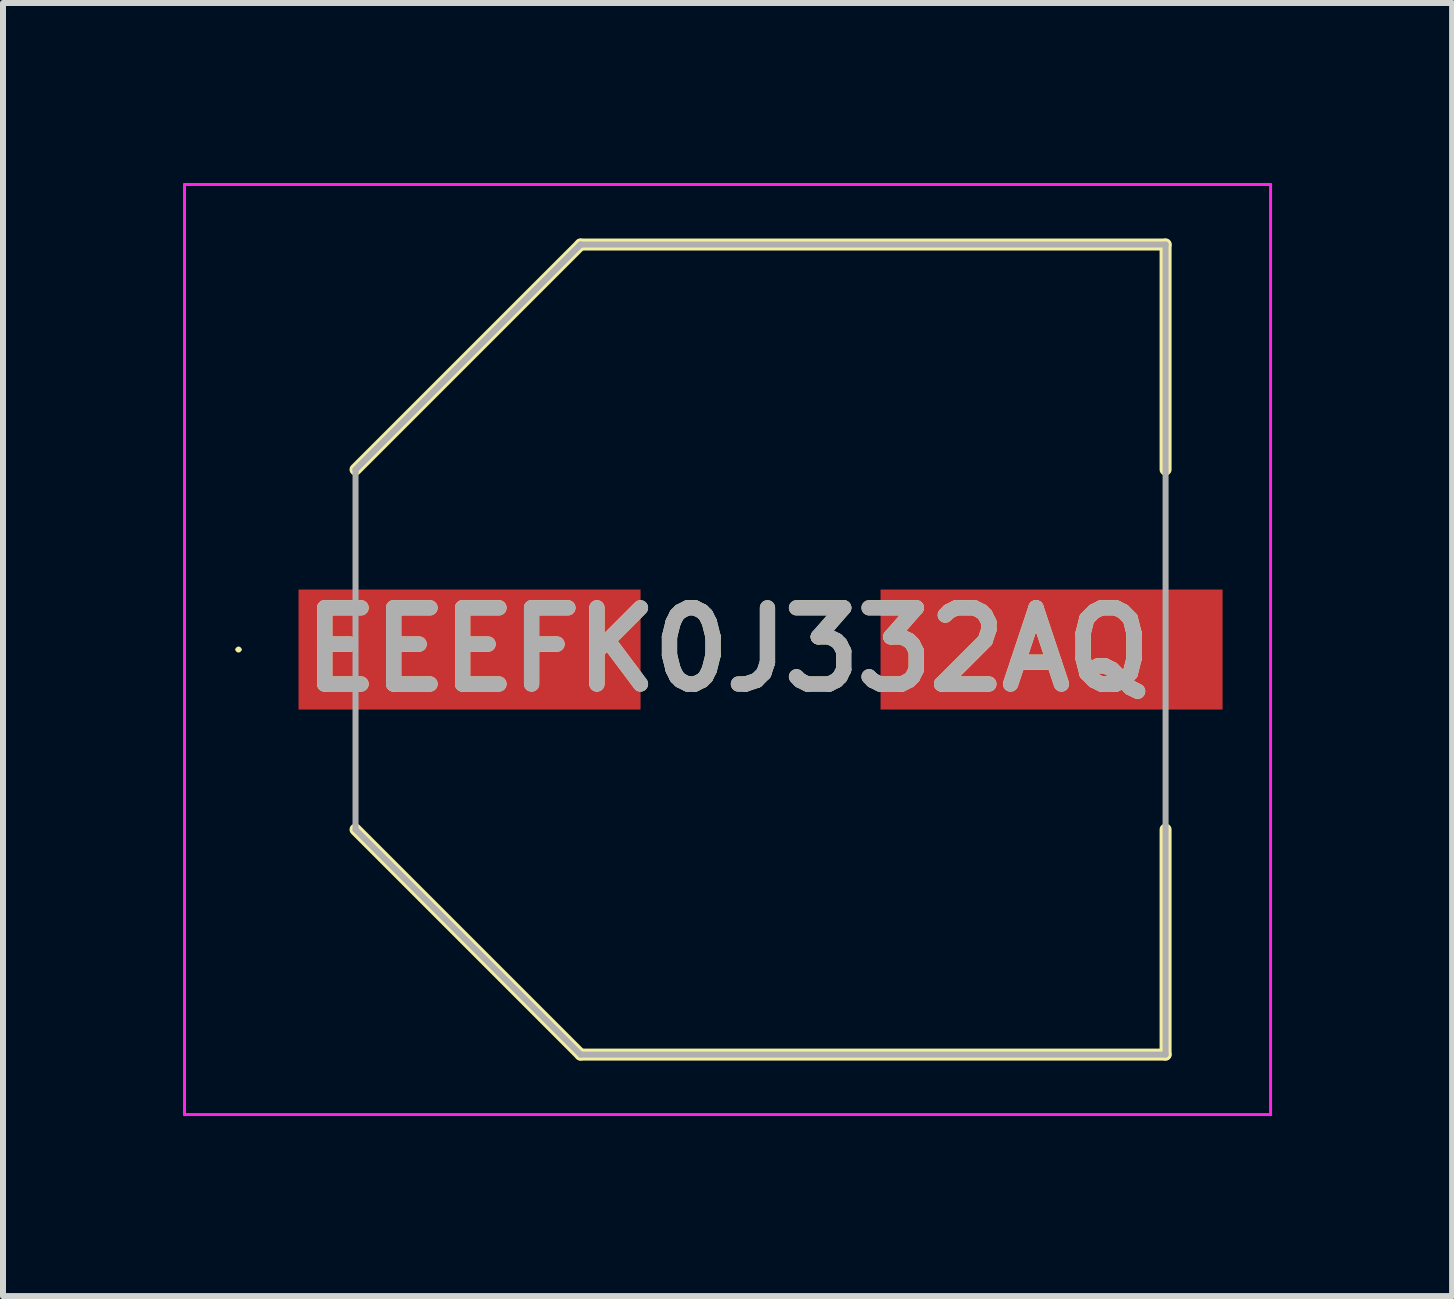
<source format=kicad_pcb>
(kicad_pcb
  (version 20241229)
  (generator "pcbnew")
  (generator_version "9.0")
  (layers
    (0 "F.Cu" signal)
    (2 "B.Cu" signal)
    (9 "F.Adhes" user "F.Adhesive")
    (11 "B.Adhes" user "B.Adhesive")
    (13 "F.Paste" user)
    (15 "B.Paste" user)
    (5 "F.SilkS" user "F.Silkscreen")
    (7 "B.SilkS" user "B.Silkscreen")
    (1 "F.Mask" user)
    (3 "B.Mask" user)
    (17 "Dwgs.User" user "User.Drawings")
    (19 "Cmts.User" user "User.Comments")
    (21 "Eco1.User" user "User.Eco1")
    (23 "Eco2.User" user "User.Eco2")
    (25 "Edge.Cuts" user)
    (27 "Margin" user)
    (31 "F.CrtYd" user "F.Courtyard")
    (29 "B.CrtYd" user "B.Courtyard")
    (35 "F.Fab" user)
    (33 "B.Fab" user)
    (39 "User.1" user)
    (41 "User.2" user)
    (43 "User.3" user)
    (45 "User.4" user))
  (footprint "EEEFK0J332AQ"
    (layer "F.Cu")
    (at 9.625 7.775)
    (property "Reference" "EEEFK0J332AQ" (at -0.55 0 0) (layer "F.SilkS") (effects (font (size 1.27 1.27) (thickness 0.254))))
    (attr smd)
    (fp_line (start -8.725 0) (end -8.725 0) (stroke (width 0.05) (type solid)) (layer "F.SilkS"))
    (fp_line (start -8.675 0) (end -8.675 0) (stroke (width 0.05) (type solid)) (layer "F.SilkS"))
    (fp_line (start -6.75 -3) (end -3 -6.75) (stroke (width 0.2) (type solid)) (layer "F.SilkS"))
    (fp_line (start -6.75 3) (end -3 6.75) (stroke (width 0.2) (type solid)) (layer "F.SilkS"))
    (fp_line (start -3 -6.75) (end 6.75 -6.75) (stroke (width 0.2) (type solid)) (layer "F.SilkS"))
    (fp_line (start -3 6.75) (end 6.75 6.75) (stroke (width 0.2) (type solid)) (layer "F.SilkS"))
    (fp_line (start 6.75 -6.75) (end 6.75 -3) (stroke (width 0.2) (type solid)) (layer "F.SilkS"))
    (fp_line (start 6.75 6.75) (end 6.75 3) (stroke (width 0.2) (type solid)) (layer "F.SilkS"))
    (fp_arc (start -8.725 0) (mid -8.7 -0.025) (end -8.675 0) (stroke (width 0.05) (type solid)) (layer "F.SilkS"))
    (fp_arc (start -8.675 0) (mid -8.7 0.025) (end -8.725 0) (stroke (width 0.05) (type solid)) (layer "F.SilkS"))
    (fp_line (start -9.6 -7.75) (end 8.5 -7.75) (stroke (width 0.05) (type solid)) (layer "F.CrtYd"))
    (fp_line (start -9.6 7.75) (end -9.6 -7.75) (stroke (width 0.05) (type solid)) (layer "F.CrtYd"))
    (fp_line (start 8.5 -7.75) (end 8.5 7.75) (stroke (width 0.05) (type solid)) (layer "F.CrtYd"))
    (fp_line (start 8.5 7.75) (end -9.6 7.75) (stroke (width 0.05) (type solid)) (layer "F.CrtYd"))
    (fp_line (start -6.75 -3) (end -3 -6.75) (stroke (width 0.1) (type solid)) (layer "F.Fab"))
    (fp_line (start -6.75 -3) (end -3 -6.75) (stroke (width 0.1) (type solid)) (layer "F.Fab"))
    (fp_line (start -6.75 3) (end -6.75 -3) (stroke (width 0.1) (type solid)) (layer "F.Fab"))
    (fp_line (start -3 -6.75) (end 6.75 -6.75) (stroke (width 0.1) (type solid)) (layer "F.Fab"))
    (fp_line (start -3 6.75) (end -6.75 3) (stroke (width 0.1) (type solid)) (layer "F.Fab"))
    (fp_line (start 6.75 -6.75) (end 6.75 6.75) (stroke (width 0.1) (type solid)) (layer "F.Fab"))
    (fp_line (start 6.75 6.75) (end -3 6.75) (stroke (width 0.1) (type solid)) (layer "F.Fab"))
    (fp_text user "${REFERENCE}" (at -0.55 0 0) (layer "F.Fab") (effects (font (size 1.27 1.27) (thickness 0.254))))
    (pad "1" smd rect (at -4.85 0 90) (size 2 5.7) (layers "F.Cu" "F.Mask" "F.Paste"))
    (pad "2" smd rect (at 4.85 0 90) (size 2 5.7) (layers "F.Cu" "F.Mask" "F.Paste")))
  (gr_rect
    (start -3 -3)
    (end 21.15 18.55)
    (stroke (width 0.1) (type default))
    (fill no)
    (layer "Edge.Cuts")))
</source>
